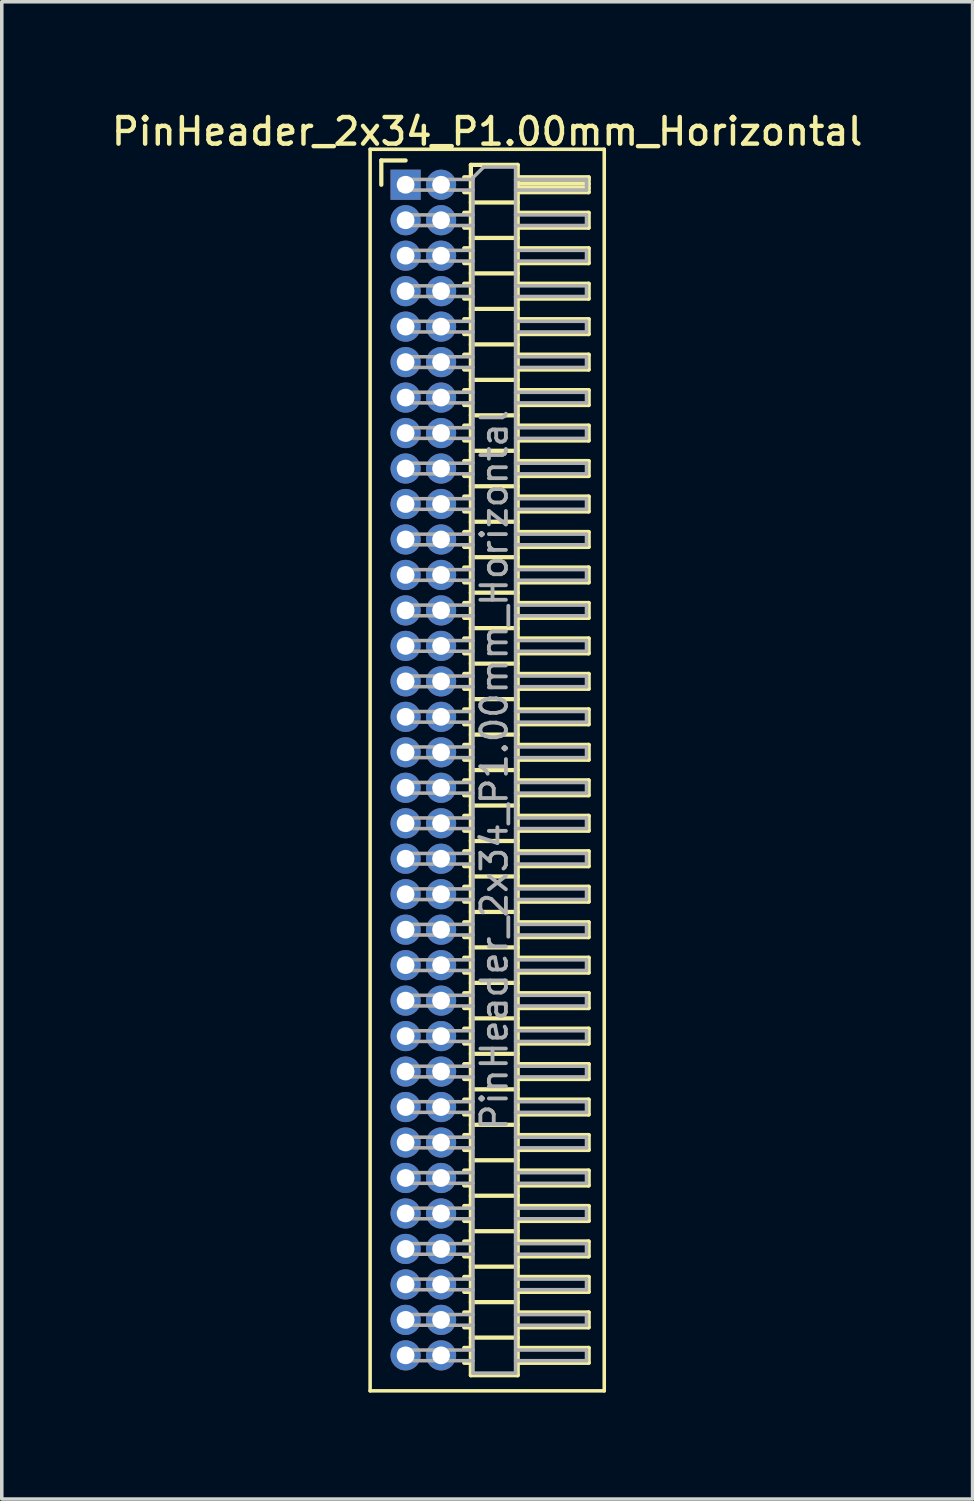
<source format=kicad_pcb>
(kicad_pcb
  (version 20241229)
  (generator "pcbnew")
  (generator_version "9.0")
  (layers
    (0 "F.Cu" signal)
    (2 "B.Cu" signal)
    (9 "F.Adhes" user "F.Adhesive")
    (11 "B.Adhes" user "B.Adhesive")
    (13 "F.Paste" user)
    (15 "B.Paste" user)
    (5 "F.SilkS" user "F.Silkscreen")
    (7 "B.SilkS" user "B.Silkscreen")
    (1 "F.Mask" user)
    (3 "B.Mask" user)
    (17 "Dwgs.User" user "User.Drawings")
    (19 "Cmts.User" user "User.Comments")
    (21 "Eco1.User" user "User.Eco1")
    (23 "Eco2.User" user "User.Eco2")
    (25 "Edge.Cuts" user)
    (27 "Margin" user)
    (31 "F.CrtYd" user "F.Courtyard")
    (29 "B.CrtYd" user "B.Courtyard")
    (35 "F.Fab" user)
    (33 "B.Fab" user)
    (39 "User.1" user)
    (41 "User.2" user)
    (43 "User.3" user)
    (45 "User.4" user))
  (footprint "PinHeader_2x34_P1.00mm_Horizontal"
    (layer "F.Cu")
    (at 8.384 2.158)
    (property "Reference" "PinHeader_2x34_P1.00mm_Horizontal" (at 2.3 -1.5 0) (layer "F.SilkS") (effects (font (size 0.75 0.75) (thickness 0.125))))
    (attr through_hole)
    (fp_line (start -1 -1) (end -1 34) (stroke (width 0.1) (type solid)) (layer "F.SilkS"))
    (fp_line (start -1 34) (end 5.6 34) (stroke (width 0.1) (type solid)) (layer "F.SilkS"))
    (fp_line (start -0.685 -0.685) (end 0 -0.685) (stroke (width 0.12) (type solid)) (layer "F.SilkS"))
    (fp_line (start -0.685 0) (end -0.685 -0.685) (stroke (width 0.12) (type solid)) (layer "F.SilkS"))
    (fp_line (start 1.652 -0.21) (end 1.84 -0.21) (stroke (width 0.12) (type solid)) (layer "F.SilkS"))
    (fp_line (start 1.652 0.21) (end 1.84 0.21) (stroke (width 0.12) (type solid)) (layer "F.SilkS"))
    (fp_line (start 1.652 0.79) (end 1.84 0.79) (stroke (width 0.12) (type solid)) (layer "F.SilkS"))
    (fp_line (start 1.652 1.21) (end 1.84 1.21) (stroke (width 0.12) (type solid)) (layer "F.SilkS"))
    (fp_line (start 1.652 1.79) (end 1.84 1.79) (stroke (width 0.12) (type solid)) (layer "F.SilkS"))
    (fp_line (start 1.652 2.21) (end 1.84 2.21) (stroke (width 0.12) (type solid)) (layer "F.SilkS"))
    (fp_line (start 1.652 2.79) (end 1.84 2.79) (stroke (width 0.12) (type solid)) (layer "F.SilkS"))
    (fp_line (start 1.652 3.21) (end 1.84 3.21) (stroke (width 0.12) (type solid)) (layer "F.SilkS"))
    (fp_line (start 1.652 3.79) (end 1.84 3.79) (stroke (width 0.12) (type solid)) (layer "F.SilkS"))
    (fp_line (start 1.652 4.21) (end 1.84 4.21) (stroke (width 0.12) (type solid)) (layer "F.SilkS"))
    (fp_line (start 1.652 4.79) (end 1.84 4.79) (stroke (width 0.12) (type solid)) (layer "F.SilkS"))
    (fp_line (start 1.652 5.21) (end 1.84 5.21) (stroke (width 0.12) (type solid)) (layer "F.SilkS"))
    (fp_line (start 1.652 5.79) (end 1.84 5.79) (stroke (width 0.12) (type solid)) (layer "F.SilkS"))
    (fp_line (start 1.652 6.21) (end 1.84 6.21) (stroke (width 0.12) (type solid)) (layer "F.SilkS"))
    (fp_line (start 1.652 6.79) (end 1.84 6.79) (stroke (width 0.12) (type solid)) (layer "F.SilkS"))
    (fp_line (start 1.652 7.21) (end 1.84 7.21) (stroke (width 0.12) (type solid)) (layer "F.SilkS"))
    (fp_line (start 1.652 7.79) (end 1.84 7.79) (stroke (width 0.12) (type solid)) (layer "F.SilkS"))
    (fp_line (start 1.652 8.21) (end 1.84 8.21) (stroke (width 0.12) (type solid)) (layer "F.SilkS"))
    (fp_line (start 1.652 8.79) (end 1.84 8.79) (stroke (width 0.12) (type solid)) (layer "F.SilkS"))
    (fp_line (start 1.652 9.21) (end 1.84 9.21) (stroke (width 0.12) (type solid)) (layer "F.SilkS"))
    (fp_line (start 1.652 9.79) (end 1.84 9.79) (stroke (width 0.12) (type solid)) (layer "F.SilkS"))
    (fp_line (start 1.652 10.21) (end 1.84 10.21) (stroke (width 0.12) (type solid)) (layer "F.SilkS"))
    (fp_line (start 1.652 10.79) (end 1.84 10.79) (stroke (width 0.12) (type solid)) (layer "F.SilkS"))
    (fp_line (start 1.652 11.21) (end 1.84 11.21) (stroke (width 0.12) (type solid)) (layer "F.SilkS"))
    (fp_line (start 1.652 11.79) (end 1.84 11.79) (stroke (width 0.12) (type solid)) (layer "F.SilkS"))
    (fp_line (start 1.652 12.21) (end 1.84 12.21) (stroke (width 0.12) (type solid)) (layer "F.SilkS"))
    (fp_line (start 1.652 12.79) (end 1.84 12.79) (stroke (width 0.12) (type solid)) (layer "F.SilkS"))
    (fp_line (start 1.652 13.21) (end 1.84 13.21) (stroke (width 0.12) (type solid)) (layer "F.SilkS"))
    (fp_line (start 1.652 13.79) (end 1.84 13.79) (stroke (width 0.12) (type solid)) (layer "F.SilkS"))
    (fp_line (start 1.652 14.21) (end 1.84 14.21) (stroke (width 0.12) (type solid)) (layer "F.SilkS"))
    (fp_line (start 1.652 14.79) (end 1.84 14.79) (stroke (width 0.12) (type solid)) (layer "F.SilkS"))
    (fp_line (start 1.652 15.21) (end 1.84 15.21) (stroke (width 0.12) (type solid)) (layer "F.SilkS"))
    (fp_line (start 1.652 15.79) (end 1.84 15.79) (stroke (width 0.12) (type solid)) (layer "F.SilkS"))
    (fp_line (start 1.652 16.21) (end 1.84 16.21) (stroke (width 0.12) (type solid)) (layer "F.SilkS"))
    (fp_line (start 1.652 16.79) (end 1.84 16.79) (stroke (width 0.12) (type solid)) (layer "F.SilkS"))
    (fp_line (start 1.652 17.21) (end 1.84 17.21) (stroke (width 0.12) (type solid)) (layer "F.SilkS"))
    (fp_line (start 1.652 17.79) (end 1.84 17.79) (stroke (width 0.12) (type solid)) (layer "F.SilkS"))
    (fp_line (start 1.652 18.21) (end 1.84 18.21) (stroke (width 0.12) (type solid)) (layer "F.SilkS"))
    (fp_line (start 1.652 18.79) (end 1.84 18.79) (stroke (width 0.12) (type solid)) (layer "F.SilkS"))
    (fp_line (start 1.652 19.21) (end 1.84 19.21) (stroke (width 0.12) (type solid)) (layer "F.SilkS"))
    (fp_line (start 1.652 19.79) (end 1.84 19.79) (stroke (width 0.12) (type solid)) (layer "F.SilkS"))
    (fp_line (start 1.652 20.21) (end 1.84 20.21) (stroke (width 0.12) (type solid)) (layer "F.SilkS"))
    (fp_line (start 1.652 20.79) (end 1.84 20.79) (stroke (width 0.12) (type solid)) (layer "F.SilkS"))
    (fp_line (start 1.652 21.21) (end 1.84 21.21) (stroke (width 0.12) (type solid)) (layer "F.SilkS"))
    (fp_line (start 1.652 21.79) (end 1.84 21.79) (stroke (width 0.12) (type solid)) (layer "F.SilkS"))
    (fp_line (start 1.652 22.21) (end 1.84 22.21) (stroke (width 0.12) (type solid)) (layer "F.SilkS"))
    (fp_line (start 1.652 22.79) (end 1.84 22.79) (stroke (width 0.12) (type solid)) (layer "F.SilkS"))
    (fp_line (start 1.652 23.21) (end 1.84 23.21) (stroke (width 0.12) (type solid)) (layer "F.SilkS"))
    (fp_line (start 1.652 23.79) (end 1.84 23.79) (stroke (width 0.12) (type solid)) (layer "F.SilkS"))
    (fp_line (start 1.652 24.21) (end 1.84 24.21) (stroke (width 0.12) (type solid)) (layer "F.SilkS"))
    (fp_line (start 1.652 24.79) (end 1.84 24.79) (stroke (width 0.12) (type solid)) (layer "F.SilkS"))
    (fp_line (start 1.652 25.21) (end 1.84 25.21) (stroke (width 0.12) (type solid)) (layer "F.SilkS"))
    (fp_line (start 1.652 25.79) (end 1.84 25.79) (stroke (width 0.12) (type solid)) (layer "F.SilkS"))
    (fp_line (start 1.652 26.21) (end 1.84 26.21) (stroke (width 0.12) (type solid)) (layer "F.SilkS"))
    (fp_line (start 1.652 26.79) (end 1.84 26.79) (stroke (width 0.12) (type solid)) (layer "F.SilkS"))
    (fp_line (start 1.652 27.21) (end 1.84 27.21) (stroke (width 0.12) (type solid)) (layer "F.SilkS"))
    (fp_line (start 1.652 27.79) (end 1.84 27.79) (stroke (width 0.12) (type solid)) (layer "F.SilkS"))
    (fp_line (start 1.652 28.21) (end 1.84 28.21) (stroke (width 0.12) (type solid)) (layer "F.SilkS"))
    (fp_line (start 1.652 28.79) (end 1.84 28.79) (stroke (width 0.12) (type solid)) (layer "F.SilkS"))
    (fp_line (start 1.652 29.21) (end 1.84 29.21) (stroke (width 0.12) (type solid)) (layer "F.SilkS"))
    (fp_line (start 1.652 29.79) (end 1.84 29.79) (stroke (width 0.12) (type solid)) (layer "F.SilkS"))
    (fp_line (start 1.652 30.21) (end 1.84 30.21) (stroke (width 0.12) (type solid)) (layer "F.SilkS"))
    (fp_line (start 1.652 30.79) (end 1.84 30.79) (stroke (width 0.12) (type solid)) (layer "F.SilkS"))
    (fp_line (start 1.652 31.21) (end 1.84 31.21) (stroke (width 0.12) (type solid)) (layer "F.SilkS"))
    (fp_line (start 1.652 31.79) (end 1.84 31.79) (stroke (width 0.12) (type solid)) (layer "F.SilkS"))
    (fp_line (start 1.652 32.21) (end 1.84 32.21) (stroke (width 0.12) (type solid)) (layer "F.SilkS"))
    (fp_line (start 1.652 32.79) (end 1.84 32.79) (stroke (width 0.12) (type solid)) (layer "F.SilkS"))
    (fp_line (start 1.652 33.21) (end 1.84 33.21) (stroke (width 0.12) (type solid)) (layer "F.SilkS"))
    (fp_line (start 1.84 -0.56) (end 1.84 33.56) (stroke (width 0.12) (type solid)) (layer "F.SilkS"))
    (fp_line (start 1.84 0.5) (end 3.16 0.5) (stroke (width 0.12) (type solid)) (layer "F.SilkS"))
    (fp_line (start 1.84 1.5) (end 3.16 1.5) (stroke (width 0.12) (type solid)) (layer "F.SilkS"))
    (fp_line (start 1.84 2.5) (end 3.16 2.5) (stroke (width 0.12) (type solid)) (layer "F.SilkS"))
    (fp_line (start 1.84 3.5) (end 3.16 3.5) (stroke (width 0.12) (type solid)) (layer "F.SilkS"))
    (fp_line (start 1.84 4.5) (end 3.16 4.5) (stroke (width 0.12) (type solid)) (layer "F.SilkS"))
    (fp_line (start 1.84 5.5) (end 3.16 5.5) (stroke (width 0.12) (type solid)) (layer "F.SilkS"))
    (fp_line (start 1.84 6.5) (end 3.16 6.5) (stroke (width 0.12) (type solid)) (layer "F.SilkS"))
    (fp_line (start 1.84 7.5) (end 3.16 7.5) (stroke (width 0.12) (type solid)) (layer "F.SilkS"))
    (fp_line (start 1.84 8.5) (end 3.16 8.5) (stroke (width 0.12) (type solid)) (layer "F.SilkS"))
    (fp_line (start 1.84 9.5) (end 3.16 9.5) (stroke (width 0.12) (type solid)) (layer "F.SilkS"))
    (fp_line (start 1.84 10.5) (end 3.16 10.5) (stroke (width 0.12) (type solid)) (layer "F.SilkS"))
    (fp_line (start 1.84 11.5) (end 3.16 11.5) (stroke (width 0.12) (type solid)) (layer "F.SilkS"))
    (fp_line (start 1.84 12.5) (end 3.16 12.5) (stroke (width 0.12) (type solid)) (layer "F.SilkS"))
    (fp_line (start 1.84 13.5) (end 3.16 13.5) (stroke (width 0.12) (type solid)) (layer "F.SilkS"))
    (fp_line (start 1.84 14.5) (end 3.16 14.5) (stroke (width 0.12) (type solid)) (layer "F.SilkS"))
    (fp_line (start 1.84 15.5) (end 3.16 15.5) (stroke (width 0.12) (type solid)) (layer "F.SilkS"))
    (fp_line (start 1.84 16.5) (end 3.16 16.5) (stroke (width 0.12) (type solid)) (layer "F.SilkS"))
    (fp_line (start 1.84 17.5) (end 3.16 17.5) (stroke (width 0.12) (type solid)) (layer "F.SilkS"))
    (fp_line (start 1.84 18.5) (end 3.16 18.5) (stroke (width 0.12) (type solid)) (layer "F.SilkS"))
    (fp_line (start 1.84 19.5) (end 3.16 19.5) (stroke (width 0.12) (type solid)) (layer "F.SilkS"))
    (fp_line (start 1.84 20.5) (end 3.16 20.5) (stroke (width 0.12) (type solid)) (layer "F.SilkS"))
    (fp_line (start 1.84 21.5) (end 3.16 21.5) (stroke (width 0.12) (type solid)) (layer "F.SilkS"))
    (fp_line (start 1.84 22.5) (end 3.16 22.5) (stroke (width 0.12) (type solid)) (layer "F.SilkS"))
    (fp_line (start 1.84 23.5) (end 3.16 23.5) (stroke (width 0.12) (type solid)) (layer "F.SilkS"))
    (fp_line (start 1.84 24.5) (end 3.16 24.5) (stroke (width 0.12) (type solid)) (layer "F.SilkS"))
    (fp_line (start 1.84 25.5) (end 3.16 25.5) (stroke (width 0.12) (type solid)) (layer "F.SilkS"))
    (fp_line (start 1.84 26.5) (end 3.16 26.5) (stroke (width 0.12) (type solid)) (layer "F.SilkS"))
    (fp_line (start 1.84 27.5) (end 3.16 27.5) (stroke (width 0.12) (type solid)) (layer "F.SilkS"))
    (fp_line (start 1.84 28.5) (end 3.16 28.5) (stroke (width 0.12) (type solid)) (layer "F.SilkS"))
    (fp_line (start 1.84 29.5) (end 3.16 29.5) (stroke (width 0.12) (type solid)) (layer "F.SilkS"))
    (fp_line (start 1.84 30.5) (end 3.16 30.5) (stroke (width 0.12) (type solid)) (layer "F.SilkS"))
    (fp_line (start 1.84 31.5) (end 3.16 31.5) (stroke (width 0.12) (type solid)) (layer "F.SilkS"))
    (fp_line (start 1.84 32.5) (end 3.16 32.5) (stroke (width 0.12) (type solid)) (layer "F.SilkS"))
    (fp_line (start 1.84 33.56) (end 3.16 33.56) (stroke (width 0.12) (type solid)) (layer "F.SilkS"))
    (fp_line (start 3.16 -0.56) (end 1.84 -0.56) (stroke (width 0.12) (type solid)) (layer "F.SilkS"))
    (fp_line (start 3.16 -0.21) (end 5.16 -0.21) (stroke (width 0.12) (type solid)) (layer "F.SilkS"))
    (fp_line (start 3.16 -0.15) (end 5.16 -0.15) (stroke (width 0.12) (type solid)) (layer "F.SilkS"))
    (fp_line (start 3.16 -0.03) (end 5.16 -0.03) (stroke (width 0.12) (type solid)) (layer "F.SilkS"))
    (fp_line (start 3.16 0.09) (end 5.16 0.09) (stroke (width 0.12) (type solid)) (layer "F.SilkS"))
    (fp_line (start 3.16 0.79) (end 5.16 0.79) (stroke (width 0.12) (type solid)) (layer "F.SilkS"))
    (fp_line (start 3.16 1.79) (end 5.16 1.79) (stroke (width 0.12) (type solid)) (layer "F.SilkS"))
    (fp_line (start 3.16 2.79) (end 5.16 2.79) (stroke (width 0.12) (type solid)) (layer "F.SilkS"))
    (fp_line (start 3.16 3.79) (end 5.16 3.79) (stroke (width 0.12) (type solid)) (layer "F.SilkS"))
    (fp_line (start 3.16 4.79) (end 5.16 4.79) (stroke (width 0.12) (type solid)) (layer "F.SilkS"))
    (fp_line (start 3.16 5.79) (end 5.16 5.79) (stroke (width 0.12) (type solid)) (layer "F.SilkS"))
    (fp_line (start 3.16 6.79) (end 5.16 6.79) (stroke (width 0.12) (type solid)) (layer "F.SilkS"))
    (fp_line (start 3.16 7.79) (end 5.16 7.79) (stroke (width 0.12) (type solid)) (layer "F.SilkS"))
    (fp_line (start 3.16 8.79) (end 5.16 8.79) (stroke (width 0.12) (type solid)) (layer "F.SilkS"))
    (fp_line (start 3.16 9.79) (end 5.16 9.79) (stroke (width 0.12) (type solid)) (layer "F.SilkS"))
    (fp_line (start 3.16 10.79) (end 5.16 10.79) (stroke (width 0.12) (type solid)) (layer "F.SilkS"))
    (fp_line (start 3.16 11.79) (end 5.16 11.79) (stroke (width 0.12) (type solid)) (layer "F.SilkS"))
    (fp_line (start 3.16 12.79) (end 5.16 12.79) (stroke (width 0.12) (type solid)) (layer "F.SilkS"))
    (fp_line (start 3.16 13.79) (end 5.16 13.79) (stroke (width 0.12) (type solid)) (layer "F.SilkS"))
    (fp_line (start 3.16 14.79) (end 5.16 14.79) (stroke (width 0.12) (type solid)) (layer "F.SilkS"))
    (fp_line (start 3.16 15.79) (end 5.16 15.79) (stroke (width 0.12) (type solid)) (layer "F.SilkS"))
    (fp_line (start 3.16 16.79) (end 5.16 16.79) (stroke (width 0.12) (type solid)) (layer "F.SilkS"))
    (fp_line (start 3.16 17.79) (end 5.16 17.79) (stroke (width 0.12) (type solid)) (layer "F.SilkS"))
    (fp_line (start 3.16 18.79) (end 5.16 18.79) (stroke (width 0.12) (type solid)) (layer "F.SilkS"))
    (fp_line (start 3.16 19.79) (end 5.16 19.79) (stroke (width 0.12) (type solid)) (layer "F.SilkS"))
    (fp_line (start 3.16 20.79) (end 5.16 20.79) (stroke (width 0.12) (type solid)) (layer "F.SilkS"))
    (fp_line (start 3.16 21.79) (end 5.16 21.79) (stroke (width 0.12) (type solid)) (layer "F.SilkS"))
    (fp_line (start 3.16 22.79) (end 5.16 22.79) (stroke (width 0.12) (type solid)) (layer "F.SilkS"))
    (fp_line (start 3.16 23.79) (end 5.16 23.79) (stroke (width 0.12) (type solid)) (layer "F.SilkS"))
    (fp_line (start 3.16 24.79) (end 5.16 24.79) (stroke (width 0.12) (type solid)) (layer "F.SilkS"))
    (fp_line (start 3.16 25.79) (end 5.16 25.79) (stroke (width 0.12) (type solid)) (layer "F.SilkS"))
    (fp_line (start 3.16 26.79) (end 5.16 26.79) (stroke (width 0.12) (type solid)) (layer "F.SilkS"))
    (fp_line (start 3.16 27.79) (end 5.16 27.79) (stroke (width 0.12) (type solid)) (layer "F.SilkS"))
    (fp_line (start 3.16 28.79) (end 5.16 28.79) (stroke (width 0.12) (type solid)) (layer "F.SilkS"))
    (fp_line (start 3.16 29.79) (end 5.16 29.79) (stroke (width 0.12) (type solid)) (layer "F.SilkS"))
    (fp_line (start 3.16 30.79) (end 5.16 30.79) (stroke (width 0.12) (type solid)) (layer "F.SilkS"))
    (fp_line (start 3.16 31.79) (end 5.16 31.79) (stroke (width 0.12) (type solid)) (layer "F.SilkS"))
    (fp_line (start 3.16 32.79) (end 5.16 32.79) (stroke (width 0.12) (type solid)) (layer "F.SilkS"))
    (fp_line (start 3.16 33.56) (end 3.16 -0.56) (stroke (width 0.12) (type solid)) (layer "F.SilkS"))
    (fp_line (start 5.16 -0.21) (end 5.16 0.21) (stroke (width 0.12) (type solid)) (layer "F.SilkS"))
    (fp_line (start 5.16 0.21) (end 3.16 0.21) (stroke (width 0.12) (type solid)) (layer "F.SilkS"))
    (fp_line (start 5.16 0.79) (end 5.16 1.21) (stroke (width 0.12) (type solid)) (layer "F.SilkS"))
    (fp_line (start 5.16 1.21) (end 3.16 1.21) (stroke (width 0.12) (type solid)) (layer "F.SilkS"))
    (fp_line (start 5.16 1.79) (end 5.16 2.21) (stroke (width 0.12) (type solid)) (layer "F.SilkS"))
    (fp_line (start 5.16 2.21) (end 3.16 2.21) (stroke (width 0.12) (type solid)) (layer "F.SilkS"))
    (fp_line (start 5.16 2.79) (end 5.16 3.21) (stroke (width 0.12) (type solid)) (layer "F.SilkS"))
    (fp_line (start 5.16 3.21) (end 3.16 3.21) (stroke (width 0.12) (type solid)) (layer "F.SilkS"))
    (fp_line (start 5.16 3.79) (end 5.16 4.21) (stroke (width 0.12) (type solid)) (layer "F.SilkS"))
    (fp_line (start 5.16 4.21) (end 3.16 4.21) (stroke (width 0.12) (type solid)) (layer "F.SilkS"))
    (fp_line (start 5.16 4.79) (end 5.16 5.21) (stroke (width 0.12) (type solid)) (layer "F.SilkS"))
    (fp_line (start 5.16 5.21) (end 3.16 5.21) (stroke (width 0.12) (type solid)) (layer "F.SilkS"))
    (fp_line (start 5.16 5.79) (end 5.16 6.21) (stroke (width 0.12) (type solid)) (layer "F.SilkS"))
    (fp_line (start 5.16 6.21) (end 3.16 6.21) (stroke (width 0.12) (type solid)) (layer "F.SilkS"))
    (fp_line (start 5.16 6.79) (end 5.16 7.21) (stroke (width 0.12) (type solid)) (layer "F.SilkS"))
    (fp_line (start 5.16 7.21) (end 3.16 7.21) (stroke (width 0.12) (type solid)) (layer "F.SilkS"))
    (fp_line (start 5.16 7.79) (end 5.16 8.21) (stroke (width 0.12) (type solid)) (layer "F.SilkS"))
    (fp_line (start 5.16 8.21) (end 3.16 8.21) (stroke (width 0.12) (type solid)) (layer "F.SilkS"))
    (fp_line (start 5.16 8.79) (end 5.16 9.21) (stroke (width 0.12) (type solid)) (layer "F.SilkS"))
    (fp_line (start 5.16 9.21) (end 3.16 9.21) (stroke (width 0.12) (type solid)) (layer "F.SilkS"))
    (fp_line (start 5.16 9.79) (end 5.16 10.21) (stroke (width 0.12) (type solid)) (layer "F.SilkS"))
    (fp_line (start 5.16 10.21) (end 3.16 10.21) (stroke (width 0.12) (type solid)) (layer "F.SilkS"))
    (fp_line (start 5.16 10.79) (end 5.16 11.21) (stroke (width 0.12) (type solid)) (layer "F.SilkS"))
    (fp_line (start 5.16 11.21) (end 3.16 11.21) (stroke (width 0.12) (type solid)) (layer "F.SilkS"))
    (fp_line (start 5.16 11.79) (end 5.16 12.21) (stroke (width 0.12) (type solid)) (layer "F.SilkS"))
    (fp_line (start 5.16 12.21) (end 3.16 12.21) (stroke (width 0.12) (type solid)) (layer "F.SilkS"))
    (fp_line (start 5.16 12.79) (end 5.16 13.21) (stroke (width 0.12) (type solid)) (layer "F.SilkS"))
    (fp_line (start 5.16 13.21) (end 3.16 13.21) (stroke (width 0.12) (type solid)) (layer "F.SilkS"))
    (fp_line (start 5.16 13.79) (end 5.16 14.21) (stroke (width 0.12) (type solid)) (layer "F.SilkS"))
    (fp_line (start 5.16 14.21) (end 3.16 14.21) (stroke (width 0.12) (type solid)) (layer "F.SilkS"))
    (fp_line (start 5.16 14.79) (end 5.16 15.21) (stroke (width 0.12) (type solid)) (layer "F.SilkS"))
    (fp_line (start 5.16 15.21) (end 3.16 15.21) (stroke (width 0.12) (type solid)) (layer "F.SilkS"))
    (fp_line (start 5.16 15.79) (end 5.16 16.21) (stroke (width 0.12) (type solid)) (layer "F.SilkS"))
    (fp_line (start 5.16 16.21) (end 3.16 16.21) (stroke (width 0.12) (type solid)) (layer "F.SilkS"))
    (fp_line (start 5.16 16.79) (end 5.16 17.21) (stroke (width 0.12) (type solid)) (layer "F.SilkS"))
    (fp_line (start 5.16 17.21) (end 3.16 17.21) (stroke (width 0.12) (type solid)) (layer "F.SilkS"))
    (fp_line (start 5.16 17.79) (end 5.16 18.21) (stroke (width 0.12) (type solid)) (layer "F.SilkS"))
    (fp_line (start 5.16 18.21) (end 3.16 18.21) (stroke (width 0.12) (type solid)) (layer "F.SilkS"))
    (fp_line (start 5.16 18.79) (end 5.16 19.21) (stroke (width 0.12) (type solid)) (layer "F.SilkS"))
    (fp_line (start 5.16 19.21) (end 3.16 19.21) (stroke (width 0.12) (type solid)) (layer "F.SilkS"))
    (fp_line (start 5.16 19.79) (end 5.16 20.21) (stroke (width 0.12) (type solid)) (layer "F.SilkS"))
    (fp_line (start 5.16 20.21) (end 3.16 20.21) (stroke (width 0.12) (type solid)) (layer "F.SilkS"))
    (fp_line (start 5.16 20.79) (end 5.16 21.21) (stroke (width 0.12) (type solid)) (layer "F.SilkS"))
    (fp_line (start 5.16 21.21) (end 3.16 21.21) (stroke (width 0.12) (type solid)) (layer "F.SilkS"))
    (fp_line (start 5.16 21.79) (end 5.16 22.21) (stroke (width 0.12) (type solid)) (layer "F.SilkS"))
    (fp_line (start 5.16 22.21) (end 3.16 22.21) (stroke (width 0.12) (type solid)) (layer "F.SilkS"))
    (fp_line (start 5.16 22.79) (end 5.16 23.21) (stroke (width 0.12) (type solid)) (layer "F.SilkS"))
    (fp_line (start 5.16 23.21) (end 3.16 23.21) (stroke (width 0.12) (type solid)) (layer "F.SilkS"))
    (fp_line (start 5.16 23.79) (end 5.16 24.21) (stroke (width 0.12) (type solid)) (layer "F.SilkS"))
    (fp_line (start 5.16 24.21) (end 3.16 24.21) (stroke (width 0.12) (type solid)) (layer "F.SilkS"))
    (fp_line (start 5.16 24.79) (end 5.16 25.21) (stroke (width 0.12) (type solid)) (layer "F.SilkS"))
    (fp_line (start 5.16 25.21) (end 3.16 25.21) (stroke (width 0.12) (type solid)) (layer "F.SilkS"))
    (fp_line (start 5.16 25.79) (end 5.16 26.21) (stroke (width 0.12) (type solid)) (layer "F.SilkS"))
    (fp_line (start 5.16 26.21) (end 3.16 26.21) (stroke (width 0.12) (type solid)) (layer "F.SilkS"))
    (fp_line (start 5.16 26.79) (end 5.16 27.21) (stroke (width 0.12) (type solid)) (layer "F.SilkS"))
    (fp_line (start 5.16 27.21) (end 3.16 27.21) (stroke (width 0.12) (type solid)) (layer "F.SilkS"))
    (fp_line (start 5.16 27.79) (end 5.16 28.21) (stroke (width 0.12) (type solid)) (layer "F.SilkS"))
    (fp_line (start 5.16 28.21) (end 3.16 28.21) (stroke (width 0.12) (type solid)) (layer "F.SilkS"))
    (fp_line (start 5.16 28.79) (end 5.16 29.21) (stroke (width 0.12) (type solid)) (layer "F.SilkS"))
    (fp_line (start 5.16 29.21) (end 3.16 29.21) (stroke (width 0.12) (type solid)) (layer "F.SilkS"))
    (fp_line (start 5.16 29.79) (end 5.16 30.21) (stroke (width 0.12) (type solid)) (layer "F.SilkS"))
    (fp_line (start 5.16 30.21) (end 3.16 30.21) (stroke (width 0.12) (type solid)) (layer "F.SilkS"))
    (fp_line (start 5.16 30.79) (end 5.16 31.21) (stroke (width 0.12) (type solid)) (layer "F.SilkS"))
    (fp_line (start 5.16 31.21) (end 3.16 31.21) (stroke (width 0.12) (type solid)) (layer "F.SilkS"))
    (fp_line (start 5.16 31.79) (end 5.16 32.21) (stroke (width 0.12) (type solid)) (layer "F.SilkS"))
    (fp_line (start 5.16 32.21) (end 3.16 32.21) (stroke (width 0.12) (type solid)) (layer "F.SilkS"))
    (fp_line (start 5.16 32.79) (end 5.16 33.21) (stroke (width 0.12) (type solid)) (layer "F.SilkS"))
    (fp_line (start 5.16 33.21) (end 3.16 33.21) (stroke (width 0.12) (type solid)) (layer "F.SilkS"))
    (fp_line (start 5.6 -1) (end -1 -1) (stroke (width 0.1) (type solid)) (layer "F.SilkS"))
    (fp_line (start 5.6 34) (end 5.6 -1) (stroke (width 0.1) (type solid)) (layer "F.SilkS"))
    (fp_line (start -0.15 -0.15) (end -0.15 0.15) (stroke (width 0.1) (type solid)) (layer "F.Fab"))
    (fp_line (start -0.15 -0.15) (end 1.9 -0.15) (stroke (width 0.1) (type solid)) (layer "F.Fab"))
    (fp_line (start -0.15 0.15) (end 1.9 0.15) (stroke (width 0.1) (type solid)) (layer "F.Fab"))
    (fp_line (start -0.15 0.85) (end -0.15 1.15) (stroke (width 0.1) (type solid)) (layer "F.Fab"))
    (fp_line (start -0.15 0.85) (end 1.9 0.85) (stroke (width 0.1) (type solid)) (layer "F.Fab"))
    (fp_line (start -0.15 1.15) (end 1.9 1.15) (stroke (width 0.1) (type solid)) (layer "F.Fab"))
    (fp_line (start -0.15 1.85) (end -0.15 2.15) (stroke (width 0.1) (type solid)) (layer "F.Fab"))
    (fp_line (start -0.15 1.85) (end 1.9 1.85) (stroke (width 0.1) (type solid)) (layer "F.Fab"))
    (fp_line (start -0.15 2.15) (end 1.9 2.15) (stroke (width 0.1) (type solid)) (layer "F.Fab"))
    (fp_line (start -0.15 2.85) (end -0.15 3.15) (stroke (width 0.1) (type solid)) (layer "F.Fab"))
    (fp_line (start -0.15 2.85) (end 1.9 2.85) (stroke (width 0.1) (type solid)) (layer "F.Fab"))
    (fp_line (start -0.15 3.15) (end 1.9 3.15) (stroke (width 0.1) (type solid)) (layer "F.Fab"))
    (fp_line (start -0.15 3.85) (end -0.15 4.15) (stroke (width 0.1) (type solid)) (layer "F.Fab"))
    (fp_line (start -0.15 3.85) (end 1.9 3.85) (stroke (width 0.1) (type solid)) (layer "F.Fab"))
    (fp_line (start -0.15 4.15) (end 1.9 4.15) (stroke (width 0.1) (type solid)) (layer "F.Fab"))
    (fp_line (start -0.15 4.85) (end -0.15 5.15) (stroke (width 0.1) (type solid)) (layer "F.Fab"))
    (fp_line (start -0.15 4.85) (end 1.9 4.85) (stroke (width 0.1) (type solid)) (layer "F.Fab"))
    (fp_line (start -0.15 5.15) (end 1.9 5.15) (stroke (width 0.1) (type solid)) (layer "F.Fab"))
    (fp_line (start -0.15 5.85) (end -0.15 6.15) (stroke (width 0.1) (type solid)) (layer "F.Fab"))
    (fp_line (start -0.15 5.85) (end 1.9 5.85) (stroke (width 0.1) (type solid)) (layer "F.Fab"))
    (fp_line (start -0.15 6.15) (end 1.9 6.15) (stroke (width 0.1) (type solid)) (layer "F.Fab"))
    (fp_line (start -0.15 6.85) (end -0.15 7.15) (stroke (width 0.1) (type solid)) (layer "F.Fab"))
    (fp_line (start -0.15 6.85) (end 1.9 6.85) (stroke (width 0.1) (type solid)) (layer "F.Fab"))
    (fp_line (start -0.15 7.15) (end 1.9 7.15) (stroke (width 0.1) (type solid)) (layer "F.Fab"))
    (fp_line (start -0.15 7.85) (end -0.15 8.15) (stroke (width 0.1) (type solid)) (layer "F.Fab"))
    (fp_line (start -0.15 7.85) (end 1.9 7.85) (stroke (width 0.1) (type solid)) (layer "F.Fab"))
    (fp_line (start -0.15 8.15) (end 1.9 8.15) (stroke (width 0.1) (type solid)) (layer "F.Fab"))
    (fp_line (start -0.15 8.85) (end -0.15 9.15) (stroke (width 0.1) (type solid)) (layer "F.Fab"))
    (fp_line (start -0.15 8.85) (end 1.9 8.85) (stroke (width 0.1) (type solid)) (layer "F.Fab"))
    (fp_line (start -0.15 9.15) (end 1.9 9.15) (stroke (width 0.1) (type solid)) (layer "F.Fab"))
    (fp_line (start -0.15 9.85) (end -0.15 10.15) (stroke (width 0.1) (type solid)) (layer "F.Fab"))
    (fp_line (start -0.15 9.85) (end 1.9 9.85) (stroke (width 0.1) (type solid)) (layer "F.Fab"))
    (fp_line (start -0.15 10.15) (end 1.9 10.15) (stroke (width 0.1) (type solid)) (layer "F.Fab"))
    (fp_line (start -0.15 10.85) (end -0.15 11.15) (stroke (width 0.1) (type solid)) (layer "F.Fab"))
    (fp_line (start -0.15 10.85) (end 1.9 10.85) (stroke (width 0.1) (type solid)) (layer "F.Fab"))
    (fp_line (start -0.15 11.15) (end 1.9 11.15) (stroke (width 0.1) (type solid)) (layer "F.Fab"))
    (fp_line (start -0.15 11.85) (end -0.15 12.15) (stroke (width 0.1) (type solid)) (layer "F.Fab"))
    (fp_line (start -0.15 11.85) (end 1.9 11.85) (stroke (width 0.1) (type solid)) (layer "F.Fab"))
    (fp_line (start -0.15 12.15) (end 1.9 12.15) (stroke (width 0.1) (type solid)) (layer "F.Fab"))
    (fp_line (start -0.15 12.85) (end -0.15 13.15) (stroke (width 0.1) (type solid)) (layer "F.Fab"))
    (fp_line (start -0.15 12.85) (end 1.9 12.85) (stroke (width 0.1) (type solid)) (layer "F.Fab"))
    (fp_line (start -0.15 13.15) (end 1.9 13.15) (stroke (width 0.1) (type solid)) (layer "F.Fab"))
    (fp_line (start -0.15 13.85) (end -0.15 14.15) (stroke (width 0.1) (type solid)) (layer "F.Fab"))
    (fp_line (start -0.15 13.85) (end 1.9 13.85) (stroke (width 0.1) (type solid)) (layer "F.Fab"))
    (fp_line (start -0.15 14.15) (end 1.9 14.15) (stroke (width 0.1) (type solid)) (layer "F.Fab"))
    (fp_line (start -0.15 14.85) (end -0.15 15.15) (stroke (width 0.1) (type solid)) (layer "F.Fab"))
    (fp_line (start -0.15 14.85) (end 1.9 14.85) (stroke (width 0.1) (type solid)) (layer "F.Fab"))
    (fp_line (start -0.15 15.15) (end 1.9 15.15) (stroke (width 0.1) (type solid)) (layer "F.Fab"))
    (fp_line (start -0.15 15.85) (end -0.15 16.15) (stroke (width 0.1) (type solid)) (layer "F.Fab"))
    (fp_line (start -0.15 15.85) (end 1.9 15.85) (stroke (width 0.1) (type solid)) (layer "F.Fab"))
    (fp_line (start -0.15 16.15) (end 1.9 16.15) (stroke (width 0.1) (type solid)) (layer "F.Fab"))
    (fp_line (start -0.15 16.85) (end -0.15 17.15) (stroke (width 0.1) (type solid)) (layer "F.Fab"))
    (fp_line (start -0.15 16.85) (end 1.9 16.85) (stroke (width 0.1) (type solid)) (layer "F.Fab"))
    (fp_line (start -0.15 17.15) (end 1.9 17.15) (stroke (width 0.1) (type solid)) (layer "F.Fab"))
    (fp_line (start -0.15 17.85) (end -0.15 18.15) (stroke (width 0.1) (type solid)) (layer "F.Fab"))
    (fp_line (start -0.15 17.85) (end 1.9 17.85) (stroke (width 0.1) (type solid)) (layer "F.Fab"))
    (fp_line (start -0.15 18.15) (end 1.9 18.15) (stroke (width 0.1) (type solid)) (layer "F.Fab"))
    (fp_line (start -0.15 18.85) (end -0.15 19.15) (stroke (width 0.1) (type solid)) (layer "F.Fab"))
    (fp_line (start -0.15 18.85) (end 1.9 18.85) (stroke (width 0.1) (type solid)) (layer "F.Fab"))
    (fp_line (start -0.15 19.15) (end 1.9 19.15) (stroke (width 0.1) (type solid)) (layer "F.Fab"))
    (fp_line (start -0.15 19.85) (end -0.15 20.15) (stroke (width 0.1) (type solid)) (layer "F.Fab"))
    (fp_line (start -0.15 19.85) (end 1.9 19.85) (stroke (width 0.1) (type solid)) (layer "F.Fab"))
    (fp_line (start -0.15 20.15) (end 1.9 20.15) (stroke (width 0.1) (type solid)) (layer "F.Fab"))
    (fp_line (start -0.15 20.85) (end -0.15 21.15) (stroke (width 0.1) (type solid)) (layer "F.Fab"))
    (fp_line (start -0.15 20.85) (end 1.9 20.85) (stroke (width 0.1) (type solid)) (layer "F.Fab"))
    (fp_line (start -0.15 21.15) (end 1.9 21.15) (stroke (width 0.1) (type solid)) (layer "F.Fab"))
    (fp_line (start -0.15 21.85) (end -0.15 22.15) (stroke (width 0.1) (type solid)) (layer "F.Fab"))
    (fp_line (start -0.15 21.85) (end 1.9 21.85) (stroke (width 0.1) (type solid)) (layer "F.Fab"))
    (fp_line (start -0.15 22.15) (end 1.9 22.15) (stroke (width 0.1) (type solid)) (layer "F.Fab"))
    (fp_line (start -0.15 22.85) (end -0.15 23.15) (stroke (width 0.1) (type solid)) (layer "F.Fab"))
    (fp_line (start -0.15 22.85) (end 1.9 22.85) (stroke (width 0.1) (type solid)) (layer "F.Fab"))
    (fp_line (start -0.15 23.15) (end 1.9 23.15) (stroke (width 0.1) (type solid)) (layer "F.Fab"))
    (fp_line (start -0.15 23.85) (end -0.15 24.15) (stroke (width 0.1) (type solid)) (layer "F.Fab"))
    (fp_line (start -0.15 23.85) (end 1.9 23.85) (stroke (width 0.1) (type solid)) (layer "F.Fab"))
    (fp_line (start -0.15 24.15) (end 1.9 24.15) (stroke (width 0.1) (type solid)) (layer "F.Fab"))
    (fp_line (start -0.15 24.85) (end -0.15 25.15) (stroke (width 0.1) (type solid)) (layer "F.Fab"))
    (fp_line (start -0.15 24.85) (end 1.9 24.85) (stroke (width 0.1) (type solid)) (layer "F.Fab"))
    (fp_line (start -0.15 25.15) (end 1.9 25.15) (stroke (width 0.1) (type solid)) (layer "F.Fab"))
    (fp_line (start -0.15 25.85) (end -0.15 26.15) (stroke (width 0.1) (type solid)) (layer "F.Fab"))
    (fp_line (start -0.15 25.85) (end 1.9 25.85) (stroke (width 0.1) (type solid)) (layer "F.Fab"))
    (fp_line (start -0.15 26.15) (end 1.9 26.15) (stroke (width 0.1) (type solid)) (layer "F.Fab"))
    (fp_line (start -0.15 26.85) (end -0.15 27.15) (stroke (width 0.1) (type solid)) (layer "F.Fab"))
    (fp_line (start -0.15 26.85) (end 1.9 26.85) (stroke (width 0.1) (type solid)) (layer "F.Fab"))
    (fp_line (start -0.15 27.15) (end 1.9 27.15) (stroke (width 0.1) (type solid)) (layer "F.Fab"))
    (fp_line (start -0.15 27.85) (end -0.15 28.15) (stroke (width 0.1) (type solid)) (layer "F.Fab"))
    (fp_line (start -0.15 27.85) (end 1.9 27.85) (stroke (width 0.1) (type solid)) (layer "F.Fab"))
    (fp_line (start -0.15 28.15) (end 1.9 28.15) (stroke (width 0.1) (type solid)) (layer "F.Fab"))
    (fp_line (start -0.15 28.85) (end -0.15 29.15) (stroke (width 0.1) (type solid)) (layer "F.Fab"))
    (fp_line (start -0.15 28.85) (end 1.9 28.85) (stroke (width 0.1) (type solid)) (layer "F.Fab"))
    (fp_line (start -0.15 29.15) (end 1.9 29.15) (stroke (width 0.1) (type solid)) (layer "F.Fab"))
    (fp_line (start -0.15 29.85) (end -0.15 30.15) (stroke (width 0.1) (type solid)) (layer "F.Fab"))
    (fp_line (start -0.15 29.85) (end 1.9 29.85) (stroke (width 0.1) (type solid)) (layer "F.Fab"))
    (fp_line (start -0.15 30.15) (end 1.9 30.15) (stroke (width 0.1) (type solid)) (layer "F.Fab"))
    (fp_line (start -0.15 30.85) (end -0.15 31.15) (stroke (width 0.1) (type solid)) (layer "F.Fab"))
    (fp_line (start -0.15 30.85) (end 1.9 30.85) (stroke (width 0.1) (type solid)) (layer "F.Fab"))
    (fp_line (start -0.15 31.15) (end 1.9 31.15) (stroke (width 0.1) (type solid)) (layer "F.Fab"))
    (fp_line (start -0.15 31.85) (end -0.15 32.15) (stroke (width 0.1) (type solid)) (layer "F.Fab"))
    (fp_line (start -0.15 31.85) (end 1.9 31.85) (stroke (width 0.1) (type solid)) (layer "F.Fab"))
    (fp_line (start -0.15 32.15) (end 1.9 32.15) (stroke (width 0.1) (type solid)) (layer "F.Fab"))
    (fp_line (start -0.15 32.85) (end -0.15 33.15) (stroke (width 0.1) (type solid)) (layer "F.Fab"))
    (fp_line (start -0.15 32.85) (end 1.9 32.85) (stroke (width 0.1) (type solid)) (layer "F.Fab"))
    (fp_line (start -0.15 33.15) (end 1.9 33.15) (stroke (width 0.1) (type solid)) (layer "F.Fab"))
    (fp_line (start 1.9 -0.2) (end 2.2 -0.5) (stroke (width 0.1) (type solid)) (layer "F.Fab"))
    (fp_line (start 1.9 33.5) (end 1.9 -0.2) (stroke (width 0.1) (type solid)) (layer "F.Fab"))
    (fp_line (start 2.2 -0.5) (end 3.1 -0.5) (stroke (width 0.1) (type solid)) (layer "F.Fab"))
    (fp_line (start 3.1 -0.5) (end 3.1 33.5) (stroke (width 0.1) (type solid)) (layer "F.Fab"))
    (fp_line (start 3.1 -0.15) (end 5.1 -0.15) (stroke (width 0.1) (type solid)) (layer "F.Fab"))
    (fp_line (start 3.1 0.15) (end 5.1 0.15) (stroke (width 0.1) (type solid)) (layer "F.Fab"))
    (fp_line (start 3.1 0.85) (end 5.1 0.85) (stroke (width 0.1) (type solid)) (layer "F.Fab"))
    (fp_line (start 3.1 1.15) (end 5.1 1.15) (stroke (width 0.1) (type solid)) (layer "F.Fab"))
    (fp_line (start 3.1 1.85) (end 5.1 1.85) (stroke (width 0.1) (type solid)) (layer "F.Fab"))
    (fp_line (start 3.1 2.15) (end 5.1 2.15) (stroke (width 0.1) (type solid)) (layer "F.Fab"))
    (fp_line (start 3.1 2.85) (end 5.1 2.85) (stroke (width 0.1) (type solid)) (layer "F.Fab"))
    (fp_line (start 3.1 3.15) (end 5.1 3.15) (stroke (width 0.1) (type solid)) (layer "F.Fab"))
    (fp_line (start 3.1 3.85) (end 5.1 3.85) (stroke (width 0.1) (type solid)) (layer "F.Fab"))
    (fp_line (start 3.1 4.15) (end 5.1 4.15) (stroke (width 0.1) (type solid)) (layer "F.Fab"))
    (fp_line (start 3.1 4.85) (end 5.1 4.85) (stroke (width 0.1) (type solid)) (layer "F.Fab"))
    (fp_line (start 3.1 5.15) (end 5.1 5.15) (stroke (width 0.1) (type solid)) (layer "F.Fab"))
    (fp_line (start 3.1 5.85) (end 5.1 5.85) (stroke (width 0.1) (type solid)) (layer "F.Fab"))
    (fp_line (start 3.1 6.15) (end 5.1 6.15) (stroke (width 0.1) (type solid)) (layer "F.Fab"))
    (fp_line (start 3.1 6.85) (end 5.1 6.85) (stroke (width 0.1) (type solid)) (layer "F.Fab"))
    (fp_line (start 3.1 7.15) (end 5.1 7.15) (stroke (width 0.1) (type solid)) (layer "F.Fab"))
    (fp_line (start 3.1 7.85) (end 5.1 7.85) (stroke (width 0.1) (type solid)) (layer "F.Fab"))
    (fp_line (start 3.1 8.15) (end 5.1 8.15) (stroke (width 0.1) (type solid)) (layer "F.Fab"))
    (fp_line (start 3.1 8.85) (end 5.1 8.85) (stroke (width 0.1) (type solid)) (layer "F.Fab"))
    (fp_line (start 3.1 9.15) (end 5.1 9.15) (stroke (width 0.1) (type solid)) (layer "F.Fab"))
    (fp_line (start 3.1 9.85) (end 5.1 9.85) (stroke (width 0.1) (type solid)) (layer "F.Fab"))
    (fp_line (start 3.1 10.15) (end 5.1 10.15) (stroke (width 0.1) (type solid)) (layer "F.Fab"))
    (fp_line (start 3.1 10.85) (end 5.1 10.85) (stroke (width 0.1) (type solid)) (layer "F.Fab"))
    (fp_line (start 3.1 11.15) (end 5.1 11.15) (stroke (width 0.1) (type solid)) (layer "F.Fab"))
    (fp_line (start 3.1 11.85) (end 5.1 11.85) (stroke (width 0.1) (type solid)) (layer "F.Fab"))
    (fp_line (start 3.1 12.15) (end 5.1 12.15) (stroke (width 0.1) (type solid)) (layer "F.Fab"))
    (fp_line (start 3.1 12.85) (end 5.1 12.85) (stroke (width 0.1) (type solid)) (layer "F.Fab"))
    (fp_line (start 3.1 13.15) (end 5.1 13.15) (stroke (width 0.1) (type solid)) (layer "F.Fab"))
    (fp_line (start 3.1 13.85) (end 5.1 13.85) (stroke (width 0.1) (type solid)) (layer "F.Fab"))
    (fp_line (start 3.1 14.15) (end 5.1 14.15) (stroke (width 0.1) (type solid)) (layer "F.Fab"))
    (fp_line (start 3.1 14.85) (end 5.1 14.85) (stroke (width 0.1) (type solid)) (layer "F.Fab"))
    (fp_line (start 3.1 15.15) (end 5.1 15.15) (stroke (width 0.1) (type solid)) (layer "F.Fab"))
    (fp_line (start 3.1 15.85) (end 5.1 15.85) (stroke (width 0.1) (type solid)) (layer "F.Fab"))
    (fp_line (start 3.1 16.15) (end 5.1 16.15) (stroke (width 0.1) (type solid)) (layer "F.Fab"))
    (fp_line (start 3.1 16.85) (end 5.1 16.85) (stroke (width 0.1) (type solid)) (layer "F.Fab"))
    (fp_line (start 3.1 17.15) (end 5.1 17.15) (stroke (width 0.1) (type solid)) (layer "F.Fab"))
    (fp_line (start 3.1 17.85) (end 5.1 17.85) (stroke (width 0.1) (type solid)) (layer "F.Fab"))
    (fp_line (start 3.1 18.15) (end 5.1 18.15) (stroke (width 0.1) (type solid)) (layer "F.Fab"))
    (fp_line (start 3.1 18.85) (end 5.1 18.85) (stroke (width 0.1) (type solid)) (layer "F.Fab"))
    (fp_line (start 3.1 19.15) (end 5.1 19.15) (stroke (width 0.1) (type solid)) (layer "F.Fab"))
    (fp_line (start 3.1 19.85) (end 5.1 19.85) (stroke (width 0.1) (type solid)) (layer "F.Fab"))
    (fp_line (start 3.1 20.15) (end 5.1 20.15) (stroke (width 0.1) (type solid)) (layer "F.Fab"))
    (fp_line (start 3.1 20.85) (end 5.1 20.85) (stroke (width 0.1) (type solid)) (layer "F.Fab"))
    (fp_line (start 3.1 21.15) (end 5.1 21.15) (stroke (width 0.1) (type solid)) (layer "F.Fab"))
    (fp_line (start 3.1 21.85) (end 5.1 21.85) (stroke (width 0.1) (type solid)) (layer "F.Fab"))
    (fp_line (start 3.1 22.15) (end 5.1 22.15) (stroke (width 0.1) (type solid)) (layer "F.Fab"))
    (fp_line (start 3.1 22.85) (end 5.1 22.85) (stroke (width 0.1) (type solid)) (layer "F.Fab"))
    (fp_line (start 3.1 23.15) (end 5.1 23.15) (stroke (width 0.1) (type solid)) (layer "F.Fab"))
    (fp_line (start 3.1 23.85) (end 5.1 23.85) (stroke (width 0.1) (type solid)) (layer "F.Fab"))
    (fp_line (start 3.1 24.15) (end 5.1 24.15) (stroke (width 0.1) (type solid)) (layer "F.Fab"))
    (fp_line (start 3.1 24.85) (end 5.1 24.85) (stroke (width 0.1) (type solid)) (layer "F.Fab"))
    (fp_line (start 3.1 25.15) (end 5.1 25.15) (stroke (width 0.1) (type solid)) (layer "F.Fab"))
    (fp_line (start 3.1 25.85) (end 5.1 25.85) (stroke (width 0.1) (type solid)) (layer "F.Fab"))
    (fp_line (start 3.1 26.15) (end 5.1 26.15) (stroke (width 0.1) (type solid)) (layer "F.Fab"))
    (fp_line (start 3.1 26.85) (end 5.1 26.85) (stroke (width 0.1) (type solid)) (layer "F.Fab"))
    (fp_line (start 3.1 27.15) (end 5.1 27.15) (stroke (width 0.1) (type solid)) (layer "F.Fab"))
    (fp_line (start 3.1 27.85) (end 5.1 27.85) (stroke (width 0.1) (type solid)) (layer "F.Fab"))
    (fp_line (start 3.1 28.15) (end 5.1 28.15) (stroke (width 0.1) (type solid)) (layer "F.Fab"))
    (fp_line (start 3.1 28.85) (end 5.1 28.85) (stroke (width 0.1) (type solid)) (layer "F.Fab"))
    (fp_line (start 3.1 29.15) (end 5.1 29.15) (stroke (width 0.1) (type solid)) (layer "F.Fab"))
    (fp_line (start 3.1 29.85) (end 5.1 29.85) (stroke (width 0.1) (type solid)) (layer "F.Fab"))
    (fp_line (start 3.1 30.15) (end 5.1 30.15) (stroke (width 0.1) (type solid)) (layer "F.Fab"))
    (fp_line (start 3.1 30.85) (end 5.1 30.85) (stroke (width 0.1) (type solid)) (layer "F.Fab"))
    (fp_line (start 3.1 31.15) (end 5.1 31.15) (stroke (width 0.1) (type solid)) (layer "F.Fab"))
    (fp_line (start 3.1 31.85) (end 5.1 31.85) (stroke (width 0.1) (type solid)) (layer "F.Fab"))
    (fp_line (start 3.1 32.15) (end 5.1 32.15) (stroke (width 0.1) (type solid)) (layer "F.Fab"))
    (fp_line (start 3.1 32.85) (end 5.1 32.85) (stroke (width 0.1) (type solid)) (layer "F.Fab"))
    (fp_line (start 3.1 33.15) (end 5.1 33.15) (stroke (width 0.1) (type solid)) (layer "F.Fab"))
    (fp_line (start 3.1 33.5) (end 1.9 33.5) (stroke (width 0.1) (type solid)) (layer "F.Fab"))
    (fp_line (start 5.1 -0.15) (end 5.1 0.15) (stroke (width 0.1) (type solid)) (layer "F.Fab"))
    (fp_line (start 5.1 0.85) (end 5.1 1.15) (stroke (width 0.1) (type solid)) (layer "F.Fab"))
    (fp_line (start 5.1 1.85) (end 5.1 2.15) (stroke (width 0.1) (type solid)) (layer "F.Fab"))
    (fp_line (start 5.1 2.85) (end 5.1 3.15) (stroke (width 0.1) (type solid)) (layer "F.Fab"))
    (fp_line (start 5.1 3.85) (end 5.1 4.15) (stroke (width 0.1) (type solid)) (layer "F.Fab"))
    (fp_line (start 5.1 4.85) (end 5.1 5.15) (stroke (width 0.1) (type solid)) (layer "F.Fab"))
    (fp_line (start 5.1 5.85) (end 5.1 6.15) (stroke (width 0.1) (type solid)) (layer "F.Fab"))
    (fp_line (start 5.1 6.85) (end 5.1 7.15) (stroke (width 0.1) (type solid)) (layer "F.Fab"))
    (fp_line (start 5.1 7.85) (end 5.1 8.15) (stroke (width 0.1) (type solid)) (layer "F.Fab"))
    (fp_line (start 5.1 8.85) (end 5.1 9.15) (stroke (width 0.1) (type solid)) (layer "F.Fab"))
    (fp_line (start 5.1 9.85) (end 5.1 10.15) (stroke (width 0.1) (type solid)) (layer "F.Fab"))
    (fp_line (start 5.1 10.85) (end 5.1 11.15) (stroke (width 0.1) (type solid)) (layer "F.Fab"))
    (fp_line (start 5.1 11.85) (end 5.1 12.15) (stroke (width 0.1) (type solid)) (layer "F.Fab"))
    (fp_line (start 5.1 12.85) (end 5.1 13.15) (stroke (width 0.1) (type solid)) (layer "F.Fab"))
    (fp_line (start 5.1 13.85) (end 5.1 14.15) (stroke (width 0.1) (type solid)) (layer "F.Fab"))
    (fp_line (start 5.1 14.85) (end 5.1 15.15) (stroke (width 0.1) (type solid)) (layer "F.Fab"))
    (fp_line (start 5.1 15.85) (end 5.1 16.15) (stroke (width 0.1) (type solid)) (layer "F.Fab"))
    (fp_line (start 5.1 16.85) (end 5.1 17.15) (stroke (width 0.1) (type solid)) (layer "F.Fab"))
    (fp_line (start 5.1 17.85) (end 5.1 18.15) (stroke (width 0.1) (type solid)) (layer "F.Fab"))
    (fp_line (start 5.1 18.85) (end 5.1 19.15) (stroke (width 0.1) (type solid)) (layer "F.Fab"))
    (fp_line (start 5.1 19.85) (end 5.1 20.15) (stroke (width 0.1) (type solid)) (layer "F.Fab"))
    (fp_line (start 5.1 20.85) (end 5.1 21.15) (stroke (width 0.1) (type solid)) (layer "F.Fab"))
    (fp_line (start 5.1 21.85) (end 5.1 22.15) (stroke (width 0.1) (type solid)) (layer "F.Fab"))
    (fp_line (start 5.1 22.85) (end 5.1 23.15) (stroke (width 0.1) (type solid)) (layer "F.Fab"))
    (fp_line (start 5.1 23.85) (end 5.1 24.15) (stroke (width 0.1) (type solid)) (layer "F.Fab"))
    (fp_line (start 5.1 24.85) (end 5.1 25.15) (stroke (width 0.1) (type solid)) (layer "F.Fab"))
    (fp_line (start 5.1 25.85) (end 5.1 26.15) (stroke (width 0.1) (type solid)) (layer "F.Fab"))
    (fp_line (start 5.1 26.85) (end 5.1 27.15) (stroke (width 0.1) (type solid)) (layer "F.Fab"))
    (fp_line (start 5.1 27.85) (end 5.1 28.15) (stroke (width 0.1) (type solid)) (layer "F.Fab"))
    (fp_line (start 5.1 28.85) (end 5.1 29.15) (stroke (width 0.1) (type solid)) (layer "F.Fab"))
    (fp_line (start 5.1 29.85) (end 5.1 30.15) (stroke (width 0.1) (type solid)) (layer "F.Fab"))
    (fp_line (start 5.1 30.85) (end 5.1 31.15) (stroke (width 0.1) (type solid)) (layer "F.Fab"))
    (fp_line (start 5.1 31.85) (end 5.1 32.15) (stroke (width 0.1) (type solid)) (layer "F.Fab"))
    (fp_line (start 5.1 32.85) (end 5.1 33.15) (stroke (width 0.1) (type solid)) (layer "F.Fab"))
    (fp_text user "${REFERENCE}" (at 2.5 16.5 90) (layer "F.Fab") (effects (font (size 0.72 0.72) (thickness 0.108))))
    (pad "1" thru_hole rect (at 0 0) (size 0.85 0.85) (drill 0.5) (layers "*.Cu" "*.Mask"))
    (pad "2" thru_hole oval (at 1 0) (size 0.85 0.85) (drill 0.5) (layers "*.Cu" "*.Mask"))
    (pad "3" thru_hole oval (at 0 1) (size 0.85 0.85) (drill 0.5) (layers "*.Cu" "*.Mask"))
    (pad "4" thru_hole oval (at 1 1) (size 0.85 0.85) (drill 0.5) (layers "*.Cu" "*.Mask"))
    (pad "5" thru_hole oval (at 0 2) (size 0.85 0.85) (drill 0.5) (layers "*.Cu" "*.Mask"))
    (pad "6" thru_hole oval (at 1 2) (size 0.85 0.85) (drill 0.5) (layers "*.Cu" "*.Mask"))
    (pad "7" thru_hole oval (at 0 3) (size 0.85 0.85) (drill 0.5) (layers "*.Cu" "*.Mask"))
    (pad "8" thru_hole oval (at 1 3) (size 0.85 0.85) (drill 0.5) (layers "*.Cu" "*.Mask"))
    (pad "9" thru_hole oval (at 0 4) (size 0.85 0.85) (drill 0.5) (layers "*.Cu" "*.Mask"))
    (pad "10" thru_hole oval (at 1 4) (size 0.85 0.85) (drill 0.5) (layers "*.Cu" "*.Mask"))
    (pad "11" thru_hole oval (at 0 5) (size 0.85 0.85) (drill 0.5) (layers "*.Cu" "*.Mask"))
    (pad "12" thru_hole oval (at 1 5) (size 0.85 0.85) (drill 0.5) (layers "*.Cu" "*.Mask"))
    (pad "13" thru_hole oval (at 0 6) (size 0.85 0.85) (drill 0.5) (layers "*.Cu" "*.Mask"))
    (pad "14" thru_hole oval (at 1 6) (size 0.85 0.85) (drill 0.5) (layers "*.Cu" "*.Mask"))
    (pad "15" thru_hole oval (at 0 7) (size 0.85 0.85) (drill 0.5) (layers "*.Cu" "*.Mask"))
    (pad "16" thru_hole oval (at 1 7) (size 0.85 0.85) (drill 0.5) (layers "*.Cu" "*.Mask"))
    (pad "17" thru_hole oval (at 0 8) (size 0.85 0.85) (drill 0.5) (layers "*.Cu" "*.Mask"))
    (pad "18" thru_hole oval (at 1 8) (size 0.85 0.85) (drill 0.5) (layers "*.Cu" "*.Mask"))
    (pad "19" thru_hole oval (at 0 9) (size 0.85 0.85) (drill 0.5) (layers "*.Cu" "*.Mask"))
    (pad "20" thru_hole oval (at 1 9) (size 0.85 0.85) (drill 0.5) (layers "*.Cu" "*.Mask"))
    (pad "21" thru_hole oval (at 0 10) (size 0.85 0.85) (drill 0.5) (layers "*.Cu" "*.Mask"))
    (pad "22" thru_hole oval (at 1 10) (size 0.85 0.85) (drill 0.5) (layers "*.Cu" "*.Mask"))
    (pad "23" thru_hole oval (at 0 11) (size 0.85 0.85) (drill 0.5) (layers "*.Cu" "*.Mask"))
    (pad "24" thru_hole oval (at 1 11) (size 0.85 0.85) (drill 0.5) (layers "*.Cu" "*.Mask"))
    (pad "25" thru_hole oval (at 0 12) (size 0.85 0.85) (drill 0.5) (layers "*.Cu" "*.Mask"))
    (pad "26" thru_hole oval (at 1 12) (size 0.85 0.85) (drill 0.5) (layers "*.Cu" "*.Mask"))
    (pad "27" thru_hole oval (at 0 13) (size 0.85 0.85) (drill 0.5) (layers "*.Cu" "*.Mask"))
    (pad "28" thru_hole oval (at 1 13) (size 0.85 0.85) (drill 0.5) (layers "*.Cu" "*.Mask"))
    (pad "29" thru_hole oval (at 0 14) (size 0.85 0.85) (drill 0.5) (layers "*.Cu" "*.Mask"))
    (pad "30" thru_hole oval (at 1 14) (size 0.85 0.85) (drill 0.5) (layers "*.Cu" "*.Mask"))
    (pad "31" thru_hole oval (at 0 15) (size 0.85 0.85) (drill 0.5) (layers "*.Cu" "*.Mask"))
    (pad "32" thru_hole oval (at 1 15) (size 0.85 0.85) (drill 0.5) (layers "*.Cu" "*.Mask"))
    (pad "33" thru_hole oval (at 0 16) (size 0.85 0.85) (drill 0.5) (layers "*.Cu" "*.Mask"))
    (pad "34" thru_hole oval (at 1 16) (size 0.85 0.85) (drill 0.5) (layers "*.Cu" "*.Mask"))
    (pad "35" thru_hole oval (at 0 17) (size 0.85 0.85) (drill 0.5) (layers "*.Cu" "*.Mask"))
    (pad "36" thru_hole oval (at 1 17) (size 0.85 0.85) (drill 0.5) (layers "*.Cu" "*.Mask"))
    (pad "37" thru_hole oval (at 0 18) (size 0.85 0.85) (drill 0.5) (layers "*.Cu" "*.Mask"))
    (pad "38" thru_hole oval (at 1 18) (size 0.85 0.85) (drill 0.5) (layers "*.Cu" "*.Mask"))
    (pad "39" thru_hole oval (at 0 19) (size 0.85 0.85) (drill 0.5) (layers "*.Cu" "*.Mask"))
    (pad "40" thru_hole oval (at 1 19) (size 0.85 0.85) (drill 0.5) (layers "*.Cu" "*.Mask"))
    (pad "41" thru_hole oval (at 0 20) (size 0.85 0.85) (drill 0.5) (layers "*.Cu" "*.Mask"))
    (pad "42" thru_hole oval (at 1 20) (size 0.85 0.85) (drill 0.5) (layers "*.Cu" "*.Mask"))
    (pad "43" thru_hole oval (at 0 21) (size 0.85 0.85) (drill 0.5) (layers "*.Cu" "*.Mask"))
    (pad "44" thru_hole oval (at 1 21) (size 0.85 0.85) (drill 0.5) (layers "*.Cu" "*.Mask"))
    (pad "45" thru_hole oval (at 0 22) (size 0.85 0.85) (drill 0.5) (layers "*.Cu" "*.Mask"))
    (pad "46" thru_hole oval (at 1 22) (size 0.85 0.85) (drill 0.5) (layers "*.Cu" "*.Mask"))
    (pad "47" thru_hole oval (at 0 23) (size 0.85 0.85) (drill 0.5) (layers "*.Cu" "*.Mask"))
    (pad "48" thru_hole oval (at 1 23) (size 0.85 0.85) (drill 0.5) (layers "*.Cu" "*.Mask"))
    (pad "49" thru_hole oval (at 0 24) (size 0.85 0.85) (drill 0.5) (layers "*.Cu" "*.Mask"))
    (pad "50" thru_hole oval (at 1 24) (size 0.85 0.85) (drill 0.5) (layers "*.Cu" "*.Mask"))
    (pad "51" thru_hole oval (at 0 25) (size 0.85 0.85) (drill 0.5) (layers "*.Cu" "*.Mask"))
    (pad "52" thru_hole oval (at 1 25) (size 0.85 0.85) (drill 0.5) (layers "*.Cu" "*.Mask"))
    (pad "53" thru_hole oval (at 0 26) (size 0.85 0.85) (drill 0.5) (layers "*.Cu" "*.Mask"))
    (pad "54" thru_hole oval (at 1 26) (size 0.85 0.85) (drill 0.5) (layers "*.Cu" "*.Mask"))
    (pad "55" thru_hole oval (at 0 27) (size 0.85 0.85) (drill 0.5) (layers "*.Cu" "*.Mask"))
    (pad "56" thru_hole oval (at 1 27) (size 0.85 0.85) (drill 0.5) (layers "*.Cu" "*.Mask"))
    (pad "57" thru_hole oval (at 0 28) (size 0.85 0.85) (drill 0.5) (layers "*.Cu" "*.Mask"))
    (pad "58" thru_hole oval (at 1 28) (size 0.85 0.85) (drill 0.5) (layers "*.Cu" "*.Mask"))
    (pad "59" thru_hole oval (at 0 29) (size 0.85 0.85) (drill 0.5) (layers "*.Cu" "*.Mask"))
    (pad "60" thru_hole oval (at 1 29) (size 0.85 0.85) (drill 0.5) (layers "*.Cu" "*.Mask"))
    (pad "61" thru_hole oval (at 0 30) (size 0.85 0.85) (drill 0.5) (layers "*.Cu" "*.Mask"))
    (pad "62" thru_hole oval (at 1 30) (size 0.85 0.85) (drill 0.5) (layers "*.Cu" "*.Mask"))
    (pad "63" thru_hole oval (at 0 31) (size 0.85 0.85) (drill 0.5) (layers "*.Cu" "*.Mask"))
    (pad "64" thru_hole oval (at 1 31) (size 0.85 0.85) (drill 0.5) (layers "*.Cu" "*.Mask"))
    (pad "65" thru_hole oval (at 0 32) (size 0.85 0.85) (drill 0.5) (layers "*.Cu" "*.Mask"))
    (pad "66" thru_hole oval (at 1 32) (size 0.85 0.85) (drill 0.5) (layers "*.Cu" "*.Mask"))
    (pad "67" thru_hole oval (at 0 33) (size 0.85 0.85) (drill 0.5) (layers "*.Cu" "*.Mask"))
    (pad "68" thru_hole oval (at 1 33) (size 0.85 0.85) (drill 0.5) (layers "*.Cu" "*.Mask")))
  (gr_rect
    (start -3 -3)
    (end 24.368 39.208)
    (stroke (width 0.1) (type default))
    (fill no)
    (layer "Edge.Cuts")))
</source>
